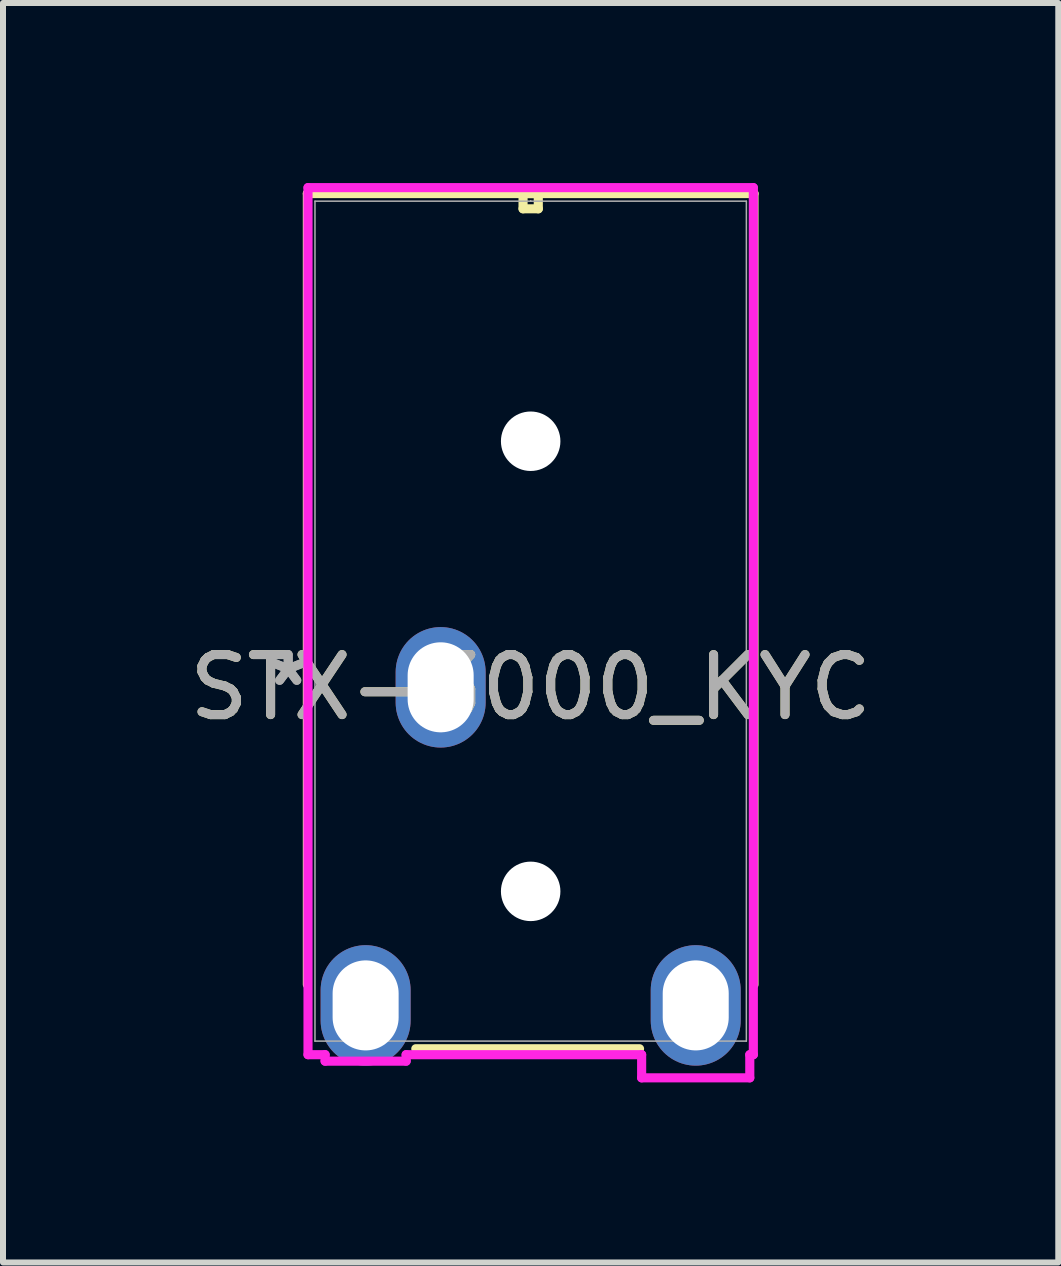
<source format=kicad_pcb>
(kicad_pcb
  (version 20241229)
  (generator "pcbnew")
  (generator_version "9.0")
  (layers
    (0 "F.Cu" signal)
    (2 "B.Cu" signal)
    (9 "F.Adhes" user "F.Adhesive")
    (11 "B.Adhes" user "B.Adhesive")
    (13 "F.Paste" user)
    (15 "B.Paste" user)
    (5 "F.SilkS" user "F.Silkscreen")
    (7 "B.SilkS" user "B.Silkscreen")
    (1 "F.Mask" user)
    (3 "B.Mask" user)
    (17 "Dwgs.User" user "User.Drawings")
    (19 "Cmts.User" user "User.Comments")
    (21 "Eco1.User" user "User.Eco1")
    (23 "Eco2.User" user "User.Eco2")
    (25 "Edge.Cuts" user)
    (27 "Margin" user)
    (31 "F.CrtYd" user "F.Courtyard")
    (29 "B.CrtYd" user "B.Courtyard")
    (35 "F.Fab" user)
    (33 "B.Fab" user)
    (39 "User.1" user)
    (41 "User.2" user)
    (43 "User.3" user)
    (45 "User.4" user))
  (footprint "STX-3000_KYC"
    (layer "F.Cu")
    (at 4.292 8.402)
    (property "Reference" "STX-3000_KYC" (at 1.5 0 0) (unlocked yes) (layer "F.SilkS") (effects (font (size 1 1) (thickness 0.15))))
    (attr through_hole)
    (fp_line (start -2.221 -8.227) (end -2.221 4.953) (stroke (width 0.152) (type solid)) (layer "F.SilkS"))
    (fp_line (start -0.414 6.022) (end 3.314 6.022) (stroke (width 0.152) (type solid)) (layer "F.SilkS"))
    (fp_line (start 1.373 -8.227) (end 1.373 -7.973) (stroke (width 0.152) (type solid)) (layer "F.SilkS"))
    (fp_line (start 1.373 -7.973) (end 1.627 -7.973) (stroke (width 0.152) (type solid)) (layer "F.SilkS"))
    (fp_line (start 1.627 -8.227) (end 1.373 -8.227) (stroke (width 0.152) (type solid)) (layer "F.SilkS"))
    (fp_line (start 1.627 -7.973) (end 1.627 -8.227) (stroke (width 0.152) (type solid)) (layer "F.SilkS"))
    (fp_line (start 5.221 -8.227) (end -2.221 -8.227) (stroke (width 0.152) (type solid)) (layer "F.SilkS"))
    (fp_line (start 5.221 4.953) (end 5.221 -8.227) (stroke (width 0.152) (type solid)) (layer "F.SilkS"))
    (fp_line (start -2.21 6.121) (end -1.925 6.121) (stroke (width 0.152) (type solid)) (layer "F.CrtYd"))
    (fp_line (start -2.21 -8.326) (end -2.21 6.121) (stroke (width 0.152) (type solid)) (layer "F.CrtYd"))
    (fp_line (start -1.925 6.121) (end -1.925 6.229) (stroke (width 0.152) (type solid)) (layer "F.CrtYd"))
    (fp_line (start -1.925 6.229) (end -0.575 6.229) (stroke (width 0.152) (type solid)) (layer "F.CrtYd"))
    (fp_line (start -0.575 6.121) (end 3.349 6.121) (stroke (width 0.152) (type solid)) (layer "F.CrtYd"))
    (fp_line (start -0.575 6.229) (end -0.575 6.121) (stroke (width 0.152) (type solid)) (layer "F.CrtYd"))
    (fp_line (start 3.349 6.121) (end 3.349 6.507) (stroke (width 0.152) (type solid)) (layer "F.CrtYd"))
    (fp_line (start 3.349 6.507) (end 5.151 6.507) (stroke (width 0.152) (type solid)) (layer "F.CrtYd"))
    (fp_line (start 5.151 6.121) (end 5.21 6.121) (stroke (width 0.152) (type solid)) (layer "F.CrtYd"))
    (fp_line (start 5.151 6.507) (end 5.151 6.121) (stroke (width 0.152) (type solid)) (layer "F.CrtYd"))
    (fp_line (start 5.21 6.121) (end 5.21 -8.326) (stroke (width 0.152) (type solid)) (layer "F.CrtYd"))
    (fp_line (start 5.21 -8.326) (end -2.21 -8.326) (stroke (width 0.152) (type solid)) (layer "F.CrtYd"))
    (fp_line (start -2.094 -8.1) (end -2.094 5.895) (stroke (width 0.025) (type solid)) (layer "F.Fab"))
    (fp_line (start -2.094 5.895) (end 5.094 5.895) (stroke (width 0.025) (type solid)) (layer "F.Fab"))
    (fp_line (start 1.5 -8.1) (end 1.5 -8.1) (stroke (width 0.025) (type solid)) (layer "F.Fab"))
    (fp_line (start 1.5 -8.1) (end 1.5 -8.1) (stroke (width 0.025) (type solid)) (layer "F.Fab"))
    (fp_line (start 1.5 -8.1) (end 1.5 -8.1) (stroke (width 0.025) (type solid)) (layer "F.Fab"))
    (fp_line (start 1.5 -8.1) (end 1.5 -8.1) (stroke (width 0.025) (type solid)) (layer "F.Fab"))
    (fp_line (start 5.094 -8.1) (end -2.094 -8.1) (stroke (width 0.025) (type solid)) (layer "F.Fab"))
    (fp_line (start 5.094 5.895) (end 5.094 -8.1) (stroke (width 0.025) (type solid)) (layer "F.Fab"))
    (fp_text user "*" (at -2.54 0 0) (unlocked yes) (layer "F.Fab") (effects (font (size 1 1) (thickness 0.15))))
    (fp_text user "${REFERENCE}" (at 1.5 0 0) (unlocked yes) (layer "F.Fab") (effects (font (size 1 1) (thickness 0.15))))
    (fp_text user "*" (at -2.54 0 0) (layer "F.Fab") (effects (font (size 1 1) (thickness 0.15))))
    (pad "" np_thru_hole circle (at 1.5 -4.1) (size 0.991 0.991) (drill 0.991) (layers "*.Cu" "*.Mask"))
    (pad "" np_thru_hole circle (at 1.5 3.4) (size 0.991 0.991) (drill 0.991) (layers "*.Cu" "*.Mask"))
    (pad "1" thru_hole oval (at 0 0 90) (size 2.007 1.499) (drill oval 1.5 1.1) (layers "*.Cu" "*.Mask"))
    (pad "2" thru_hole oval (at 4.25 5.3 90) (size 2.007 1.499) (drill oval 1.5 1.1) (layers "*.Cu" "*.Mask"))
    (pad "3" thru_hole oval (at -1.25 5.3 90) (size 2.007 1.499) (drill oval 1.5 1.1) (layers "*.Cu" "*.Mask")))
  (gr_rect
    (start -3 -3)
    (end 14.583 17.985)
    (stroke (width 0.1) (type default))
    (fill no)
    (layer "Edge.Cuts")))
</source>
